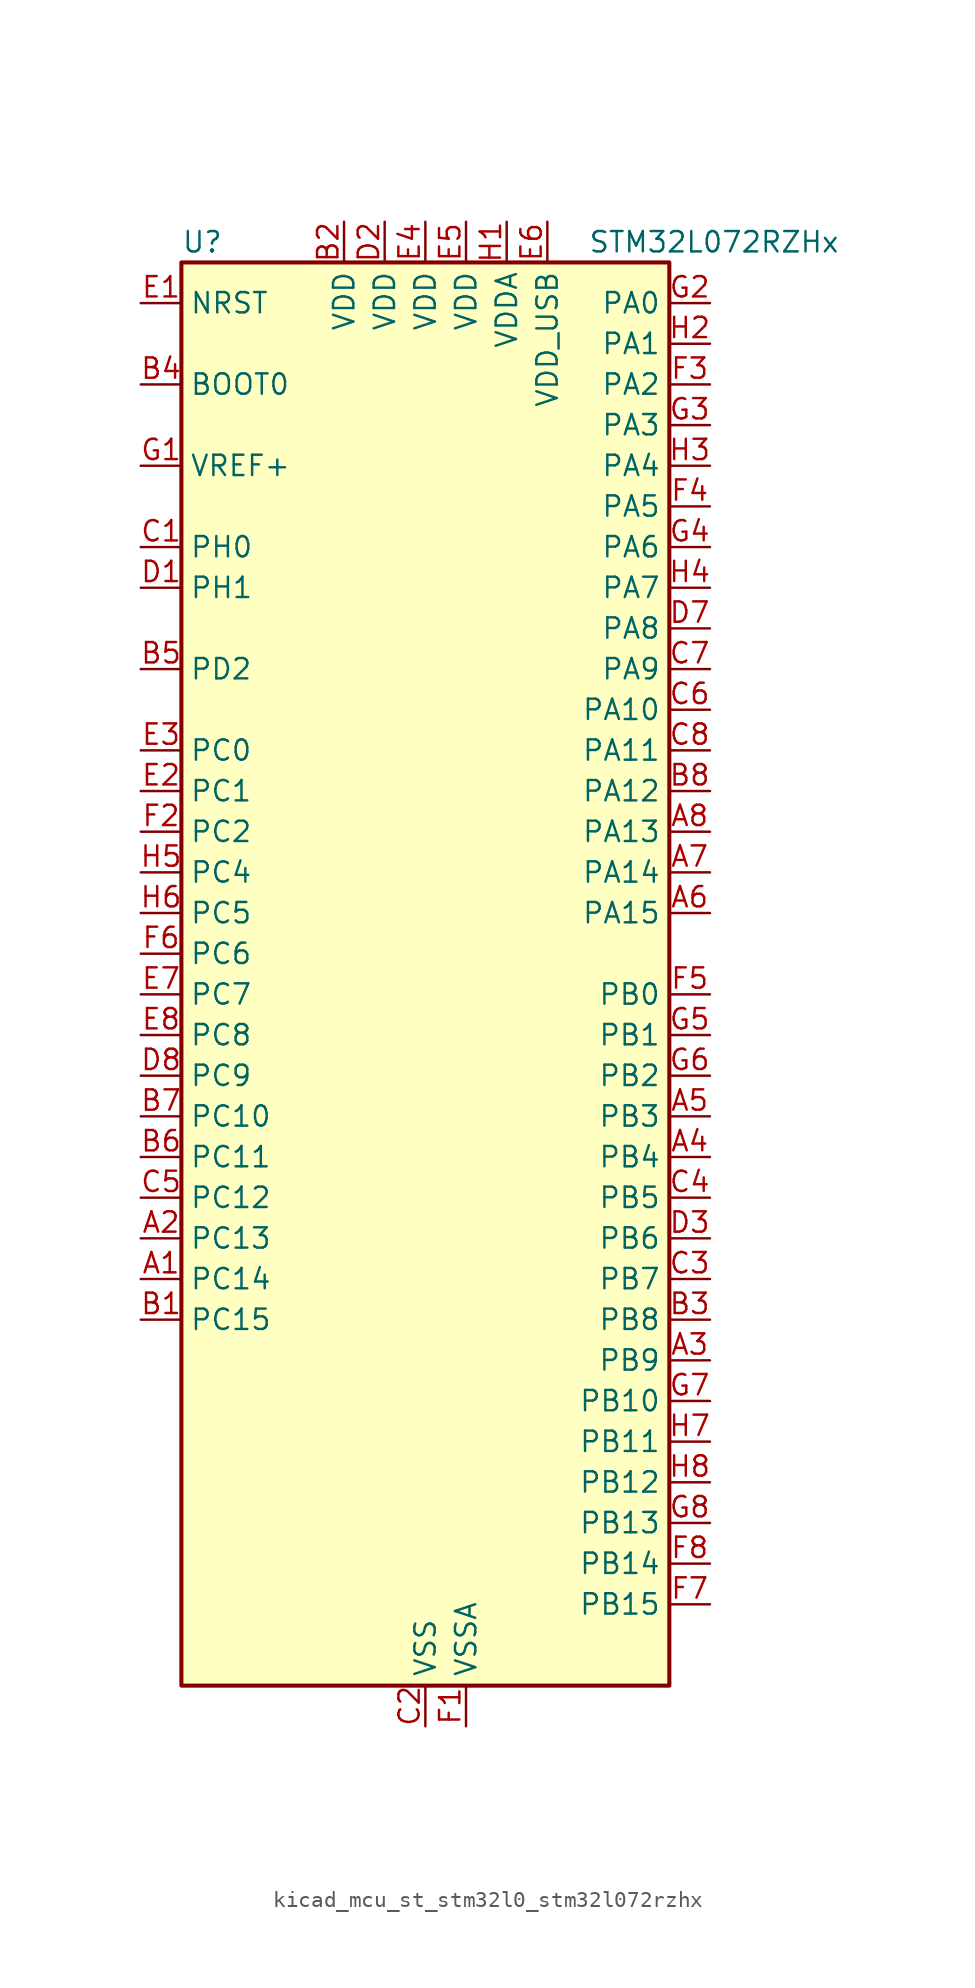
<source format=kicad_sym>
(kicad_symbol_lib
  (version 20220914)
  (generator kicad_symbol_editor)
  (symbol "kicad_mcu_st_stm32l0_stm32l072rzhx"
    (property "Reference" "U"
      (at -15.24 46.99 0)
      (effects (font (size 1.27 1.27)) (justify left)))
    (property "Value" "STM32L072RZHx"
      (at 10.16 46.99 0)
      (effects (font (size 1.27 1.27)) (justify left)))
    (property "ki_locked" ""
      (at 0 0 0)
      (effects (font (size 1.27 1.27))))
    (symbol "kicad_mcu_st_stm32l0_stm32l072rzhx_0_1"
      (rectangle (start -15.24 -43.18) (end 15.24 45.72) (stroke (width 0.254) (type default)) (fill (type background))))
    (symbol "kicad_mcu_st_stm32l0_stm32l072rzhx_1_1"
      (pin bidirectional line (at -17.78 -17.78 0) (length 2.54) (name "PC14" (effects (font (size 1.27 1.27)))) (number "A1" (effects (font (size 1.27 1.27)))) (alternate "RCC_OSC32_IN" bidirectional line))
      (pin bidirectional line (at -17.78 -15.24 0) (length 2.54) (name "PC13" (effects (font (size 1.27 1.27)))) (number "A2" (effects (font (size 1.27 1.27)))) (alternate "RTC_OUT_ALARM" bidirectional line) (alternate "RTC_OUT_CALIB" bidirectional line) (alternate "RTC_TAMP1" bidirectional line) (alternate "RTC_TS" bidirectional line) (alternate "SYS_WKUP2" bidirectional line))
      (pin bidirectional line (at 17.78 -22.86 180) (length 2.54) (name "PB9" (effects (font (size 1.27 1.27)))) (number "A3" (effects (font (size 1.27 1.27)))) (alternate "DAC_EXTI9" bidirectional line) (alternate "I2C1_SDA" bidirectional line) (alternate "I2S2_WS" bidirectional line) (alternate "SPI2_NSS" bidirectional line))
      (pin bidirectional line (at 17.78 -10.16 180) (length 2.54) (name "PB4" (effects (font (size 1.27 1.27)))) (number "A4" (effects (font (size 1.27 1.27)))) (alternate "COMP2_INP" bidirectional line) (alternate "I2C3_SDA" bidirectional line) (alternate "SPI1_MISO" bidirectional line) (alternate "TIM22_CH1" bidirectional line) (alternate "TIM3_CH1" bidirectional line) (alternate "TSC_G5_IO2" bidirectional line) (alternate "USART1_CTS" bidirectional line) (alternate "USART5_RX" bidirectional line))
      (pin bidirectional line (at 17.78 -7.62 180) (length 2.54) (name "PB3" (effects (font (size 1.27 1.27)))) (number "A5" (effects (font (size 1.27 1.27)))) (alternate "COMP2_INM" bidirectional line) (alternate "SPI1_SCK" bidirectional line) (alternate "TIM2_CH2" bidirectional line) (alternate "TSC_G5_IO1" bidirectional line) (alternate "USART1_DE" bidirectional line) (alternate "USART1_RTS" bidirectional line) (alternate "USART5_TX" bidirectional line))
      (pin bidirectional line (at 17.78 5.08 180) (length 2.54) (name "PA15" (effects (font (size 1.27 1.27)))) (number "A6" (effects (font (size 1.27 1.27)))) (alternate "SPI1_NSS" bidirectional line) (alternate "TIM2_CH1" bidirectional line) (alternate "TIM2_ETR" bidirectional line) (alternate "USART2_RX" bidirectional line) (alternate "USART4_DE" bidirectional line) (alternate "USART4_RTS" bidirectional line))
      (pin bidirectional line (at 17.78 7.62 180) (length 2.54) (name "PA14" (effects (font (size 1.27 1.27)))) (number "A7" (effects (font (size 1.27 1.27)))) (alternate "LPUART1_TX" bidirectional line) (alternate "SYS_SWCLK" bidirectional line) (alternate "USART2_TX" bidirectional line))
      (pin bidirectional line (at 17.78 10.16 180) (length 2.54) (name "PA13" (effects (font (size 1.27 1.27)))) (number "A8" (effects (font (size 1.27 1.27)))) (alternate "LPUART1_RX" bidirectional line) (alternate "SYS_SWDIO" bidirectional line) (alternate "USB_NOE" bidirectional line))
      (pin bidirectional line (at -17.78 -20.32 0) (length 2.54) (name "PC15" (effects (font (size 1.27 1.27)))) (number "B1" (effects (font (size 1.27 1.27)))) (alternate "RCC_OSC32_OUT" bidirectional line))
      (pin power_in line (at -5.08 48.26 270) (length 2.54) (name "VDD" (effects (font (size 1.27 1.27)))) (number "B2" (effects (font (size 1.27 1.27)))))
      (pin bidirectional line (at 17.78 -20.32 180) (length 2.54) (name "PB8" (effects (font (size 1.27 1.27)))) (number "B3" (effects (font (size 1.27 1.27)))) (alternate "I2C1_SCL" bidirectional line) (alternate "TSC_SYNC" bidirectional line))
      (pin input line (at -17.78 38.1 0) (length 2.54) (name "BOOT0" (effects (font (size 1.27 1.27)))) (number "B4" (effects (font (size 1.27 1.27)))))
      (pin bidirectional line (at -17.78 20.32 0) (length 2.54) (name "PD2" (effects (font (size 1.27 1.27)))) (number "B5" (effects (font (size 1.27 1.27)))) (alternate "LPUART1_DE" bidirectional line) (alternate "LPUART1_RTS" bidirectional line) (alternate "TIM3_ETR" bidirectional line) (alternate "USART5_RX" bidirectional line))
      (pin bidirectional line (at -17.78 -10.16 0) (length 2.54) (name "PC11" (effects (font (size 1.27 1.27)))) (number "B6" (effects (font (size 1.27 1.27)))) (alternate "ADC_EXTI11" bidirectional line) (alternate "LPUART1_RX" bidirectional line) (alternate "USART4_RX" bidirectional line))
      (pin bidirectional line (at -17.78 -7.62 0) (length 2.54) (name "PC10" (effects (font (size 1.27 1.27)))) (number "B7" (effects (font (size 1.27 1.27)))) (alternate "LPUART1_TX" bidirectional line) (alternate "USART4_TX" bidirectional line))
      (pin bidirectional line (at 17.78 12.7 180) (length 2.54) (name "PA12" (effects (font (size 1.27 1.27)))) (number "B8" (effects (font (size 1.27 1.27)))) (alternate "COMP2_OUT" bidirectional line) (alternate "SPI1_MOSI" bidirectional line) (alternate "TSC_G4_IO4" bidirectional line) (alternate "USART1_DE" bidirectional line) (alternate "USART1_RTS" bidirectional line) (alternate "USB_DP" bidirectional line))
      (pin bidirectional line (at -17.78 27.94 0) (length 2.54) (name "PH0" (effects (font (size 1.27 1.27)))) (number "C1" (effects (font (size 1.27 1.27)))) (alternate "CRS_SYNC" bidirectional line) (alternate "RCC_OSC_IN" bidirectional line))
      (pin power_in line (at 0 -45.72 90) (length 2.54) (name "VSS" (effects (font (size 1.27 1.27)))) (number "C2" (effects (font (size 1.27 1.27)))))
      (pin bidirectional line (at 17.78 -17.78 180) (length 2.54) (name "PB7" (effects (font (size 1.27 1.27)))) (number "C3" (effects (font (size 1.27 1.27)))) (alternate "COMP2_INP" bidirectional line) (alternate "I2C1_SDA" bidirectional line) (alternate "LPTIM1_IN2" bidirectional line) (alternate "SYS_PVD_IN" bidirectional line) (alternate "TSC_G5_IO4" bidirectional line) (alternate "USART1_RX" bidirectional line) (alternate "USART4_CTS" bidirectional line))
      (pin bidirectional line (at 17.78 -12.7 180) (length 2.54) (name "PB5" (effects (font (size 1.27 1.27)))) (number "C4" (effects (font (size 1.27 1.27)))) (alternate "COMP2_INP" bidirectional line) (alternate "I2C1_SMBA" bidirectional line) (alternate "LPTIM1_IN1" bidirectional line) (alternate "SPI1_MOSI" bidirectional line) (alternate "TIM22_CH2" bidirectional line) (alternate "TIM3_CH2" bidirectional line) (alternate "USART1_CK" bidirectional line) (alternate "USART5_CK" bidirectional line) (alternate "USART5_DE" bidirectional line) (alternate "USART5_RTS" bidirectional line))
      (pin bidirectional line (at -17.78 -12.7 0) (length 2.54) (name "PC12" (effects (font (size 1.27 1.27)))) (number "C5" (effects (font (size 1.27 1.27)))) (alternate "USART4_CK" bidirectional line) (alternate "USART5_TX" bidirectional line))
      (pin bidirectional line (at 17.78 17.78 180) (length 2.54) (name "PA10" (effects (font (size 1.27 1.27)))) (number "C6" (effects (font (size 1.27 1.27)))) (alternate "I2C1_SDA" bidirectional line) (alternate "TSC_G4_IO2" bidirectional line) (alternate "USART1_RX" bidirectional line))
      (pin bidirectional line (at 17.78 20.32 180) (length 2.54) (name "PA9" (effects (font (size 1.27 1.27)))) (number "C7" (effects (font (size 1.27 1.27)))) (alternate "DAC_EXTI9" bidirectional line) (alternate "I2C1_SCL" bidirectional line) (alternate "I2C3_SMBA" bidirectional line) (alternate "RCC_MCO" bidirectional line) (alternate "TSC_G4_IO1" bidirectional line) (alternate "USART1_TX" bidirectional line))
      (pin bidirectional line (at 17.78 15.24 180) (length 2.54) (name "PA11" (effects (font (size 1.27 1.27)))) (number "C8" (effects (font (size 1.27 1.27)))) (alternate "ADC_EXTI11" bidirectional line) (alternate "COMP1_OUT" bidirectional line) (alternate "SPI1_MISO" bidirectional line) (alternate "TSC_G4_IO3" bidirectional line) (alternate "USART1_CTS" bidirectional line) (alternate "USB_DM" bidirectional line))
      (pin bidirectional line (at -17.78 25.4 0) (length 2.54) (name "PH1" (effects (font (size 1.27 1.27)))) (number "D1" (effects (font (size 1.27 1.27)))) (alternate "RCC_OSC_OUT" bidirectional line))
      (pin power_in line (at -2.54 48.26 270) (length 2.54) (name "VDD" (effects (font (size 1.27 1.27)))) (number "D2" (effects (font (size 1.27 1.27)))))
      (pin bidirectional line (at 17.78 -15.24 180) (length 2.54) (name "PB6" (effects (font (size 1.27 1.27)))) (number "D3" (effects (font (size 1.27 1.27)))) (alternate "COMP2_INP" bidirectional line) (alternate "I2C1_SCL" bidirectional line) (alternate "LPTIM1_ETR" bidirectional line) (alternate "TSC_G5_IO3" bidirectional line) (alternate "USART1_TX" bidirectional line))
      (pin passive line (at 0 -45.72 90) (length 2.54) hide (name "VSS" (effects (font (size 1.27 1.27)))) (number "D4" (effects (font (size 1.27 1.27)))))
      (pin passive line (at 0 -45.72 90) (length 2.54) hide (name "VSS" (effects (font (size 1.27 1.27)))) (number "D5" (effects (font (size 1.27 1.27)))))
      (pin passive line (at 0 -45.72 90) (length 2.54) hide (name "VSS" (effects (font (size 1.27 1.27)))) (number "D6" (effects (font (size 1.27 1.27)))))
      (pin bidirectional line (at 17.78 22.86 180) (length 2.54) (name "PA8" (effects (font (size 1.27 1.27)))) (number "D7" (effects (font (size 1.27 1.27)))) (alternate "CRS_SYNC" bidirectional line) (alternate "I2C3_SCL" bidirectional line) (alternate "RCC_MCO" bidirectional line) (alternate "USART1_CK" bidirectional line))
      (pin bidirectional line (at -17.78 -5.08 0) (length 2.54) (name "PC9" (effects (font (size 1.27 1.27)))) (number "D8" (effects (font (size 1.27 1.27)))) (alternate "DAC_EXTI9" bidirectional line) (alternate "I2C3_SDA" bidirectional line) (alternate "TIM21_ETR" bidirectional line) (alternate "TIM3_CH4" bidirectional line) (alternate "TSC_G8_IO4" bidirectional line) (alternate "USB_NOE" bidirectional line))
      (pin input line (at -17.78 43.18 0) (length 2.54) (name "NRST" (effects (font (size 1.27 1.27)))) (number "E1" (effects (font (size 1.27 1.27)))))
      (pin bidirectional line (at -17.78 12.7 0) (length 2.54) (name "PC1" (effects (font (size 1.27 1.27)))) (number "E2" (effects (font (size 1.27 1.27)))) (alternate "ADC_IN11" bidirectional line) (alternate "I2C3_SDA" bidirectional line) (alternate "LPTIM1_OUT" bidirectional line) (alternate "LPUART1_TX" bidirectional line) (alternate "TSC_G7_IO2" bidirectional line))
      (pin bidirectional line (at -17.78 15.24 0) (length 2.54) (name "PC0" (effects (font (size 1.27 1.27)))) (number "E3" (effects (font (size 1.27 1.27)))) (alternate "ADC_IN10" bidirectional line) (alternate "I2C3_SCL" bidirectional line) (alternate "LPTIM1_IN1" bidirectional line) (alternate "LPUART1_RX" bidirectional line) (alternate "TSC_G7_IO1" bidirectional line))
      (pin power_in line (at 0 48.26 270) (length 2.54) (name "VDD" (effects (font (size 1.27 1.27)))) (number "E4" (effects (font (size 1.27 1.27)))))
      (pin power_in line (at 2.54 48.26 270) (length 2.54) (name "VDD" (effects (font (size 1.27 1.27)))) (number "E5" (effects (font (size 1.27 1.27)))))
      (pin power_in line (at 7.62 48.26 270) (length 2.54) (name "VDD_USB" (effects (font (size 1.27 1.27)))) (number "E6" (effects (font (size 1.27 1.27)))))
      (pin bidirectional line (at -17.78 0 0) (length 2.54) (name "PC7" (effects (font (size 1.27 1.27)))) (number "E7" (effects (font (size 1.27 1.27)))) (alternate "TIM22_CH2" bidirectional line) (alternate "TIM3_CH2" bidirectional line) (alternate "TSC_G8_IO2" bidirectional line))
      (pin bidirectional line (at -17.78 -2.54 0) (length 2.54) (name "PC8" (effects (font (size 1.27 1.27)))) (number "E8" (effects (font (size 1.27 1.27)))) (alternate "TIM22_ETR" bidirectional line) (alternate "TIM3_CH3" bidirectional line) (alternate "TSC_G8_IO3" bidirectional line))
      (pin power_in line (at 2.54 -45.72 90) (length 2.54) (name "VSSA" (effects (font (size 1.27 1.27)))) (number "F1" (effects (font (size 1.27 1.27)))))
      (pin bidirectional line (at -17.78 10.16 0) (length 2.54) (name "PC2" (effects (font (size 1.27 1.27)))) (number "F2" (effects (font (size 1.27 1.27)))) (alternate "ADC_IN12" bidirectional line) (alternate "I2S2_MCK" bidirectional line) (alternate "LPTIM1_IN2" bidirectional line) (alternate "SPI2_MISO" bidirectional line) (alternate "TSC_G7_IO3" bidirectional line))
      (pin bidirectional line (at 17.78 38.1 180) (length 2.54) (name "PA2" (effects (font (size 1.27 1.27)))) (number "F3" (effects (font (size 1.27 1.27)))) (alternate "ADC_IN2" bidirectional line) (alternate "COMP2_INM" bidirectional line) (alternate "COMP2_OUT" bidirectional line) (alternate "LPUART1_TX" bidirectional line) (alternate "TIM21_CH1" bidirectional line) (alternate "TIM2_CH3" bidirectional line) (alternate "TSC_G1_IO3" bidirectional line) (alternate "USART2_TX" bidirectional line))
      (pin bidirectional line (at 17.78 30.48 180) (length 2.54) (name "PA5" (effects (font (size 1.27 1.27)))) (number "F4" (effects (font (size 1.27 1.27)))) (alternate "ADC_IN5" bidirectional line) (alternate "COMP1_INM" bidirectional line) (alternate "COMP2_INM" bidirectional line) (alternate "DAC_OUT2" bidirectional line) (alternate "SPI1_SCK" bidirectional line) (alternate "TIM2_CH1" bidirectional line) (alternate "TIM2_ETR" bidirectional line) (alternate "TSC_G2_IO2" bidirectional line))
      (pin bidirectional line (at 17.78 0 180) (length 2.54) (name "PB0" (effects (font (size 1.27 1.27)))) (number "F5" (effects (font (size 1.27 1.27)))) (alternate "ADC_IN8" bidirectional line) (alternate "SYS_VREF_OUT_PB0" bidirectional line) (alternate "TIM3_CH3" bidirectional line) (alternate "TSC_G3_IO2" bidirectional line))
      (pin bidirectional line (at -17.78 2.54 0) (length 2.54) (name "PC6" (effects (font (size 1.27 1.27)))) (number "F6" (effects (font (size 1.27 1.27)))) (alternate "TIM22_CH1" bidirectional line) (alternate "TIM3_CH1" bidirectional line) (alternate "TSC_G8_IO1" bidirectional line))
      (pin bidirectional line (at 17.78 -38.1 180) (length 2.54) (name "PB15" (effects (font (size 1.27 1.27)))) (number "F7" (effects (font (size 1.27 1.27)))) (alternate "I2S2_SD" bidirectional line) (alternate "RTC_REFIN" bidirectional line) (alternate "SPI2_MOSI" bidirectional line))
      (pin bidirectional line (at 17.78 -35.56 180) (length 2.54) (name "PB14" (effects (font (size 1.27 1.27)))) (number "F8" (effects (font (size 1.27 1.27)))) (alternate "I2C2_SDA" bidirectional line) (alternate "I2S2_MCK" bidirectional line) (alternate "LPUART1_DE" bidirectional line) (alternate "LPUART1_RTS" bidirectional line) (alternate "RTC_OUT_ALARM" bidirectional line) (alternate "RTC_OUT_CALIB" bidirectional line) (alternate "SPI2_MISO" bidirectional line) (alternate "TIM21_CH2" bidirectional line) (alternate "TSC_G6_IO4" bidirectional line))
      (pin input line (at -17.78 33.02 0) (length 2.54) (name "VREF+" (effects (font (size 1.27 1.27)))) (number "G1" (effects (font (size 1.27 1.27)))))
      (pin bidirectional line (at 17.78 43.18 180) (length 2.54) (name "PA0" (effects (font (size 1.27 1.27)))) (number "G2" (effects (font (size 1.27 1.27)))) (alternate "ADC_IN0" bidirectional line) (alternate "COMP1_INM" bidirectional line) (alternate "COMP1_OUT" bidirectional line) (alternate "RTC_TAMP2" bidirectional line) (alternate "SYS_WKUP1" bidirectional line) (alternate "TIM2_CH1" bidirectional line) (alternate "TIM2_ETR" bidirectional line) (alternate "TSC_G1_IO1" bidirectional line) (alternate "USART2_CTS" bidirectional line) (alternate "USART4_TX" bidirectional line))
      (pin bidirectional line (at 17.78 35.56 180) (length 2.54) (name "PA3" (effects (font (size 1.27 1.27)))) (number "G3" (effects (font (size 1.27 1.27)))) (alternate "ADC_IN3" bidirectional line) (alternate "COMP2_INP" bidirectional line) (alternate "LPUART1_RX" bidirectional line) (alternate "TIM21_CH2" bidirectional line) (alternate "TIM2_CH4" bidirectional line) (alternate "TSC_G1_IO4" bidirectional line) (alternate "USART2_RX" bidirectional line))
      (pin bidirectional line (at 17.78 27.94 180) (length 2.54) (name "PA6" (effects (font (size 1.27 1.27)))) (number "G4" (effects (font (size 1.27 1.27)))) (alternate "ADC_IN6" bidirectional line) (alternate "COMP1_OUT" bidirectional line) (alternate "LPUART1_CTS" bidirectional line) (alternate "SPI1_MISO" bidirectional line) (alternate "TIM22_CH1" bidirectional line) (alternate "TIM3_CH1" bidirectional line) (alternate "TSC_G2_IO3" bidirectional line))
      (pin bidirectional line (at 17.78 -2.54 180) (length 2.54) (name "PB1" (effects (font (size 1.27 1.27)))) (number "G5" (effects (font (size 1.27 1.27)))) (alternate "ADC_IN9" bidirectional line) (alternate "LPUART1_DE" bidirectional line) (alternate "LPUART1_RTS" bidirectional line) (alternate "SYS_VREF_OUT_PB1" bidirectional line) (alternate "TIM3_CH4" bidirectional line) (alternate "TSC_G3_IO3" bidirectional line))
      (pin bidirectional line (at 17.78 -5.08 180) (length 2.54) (name "PB2" (effects (font (size 1.27 1.27)))) (number "G6" (effects (font (size 1.27 1.27)))) (alternate "I2C3_SMBA" bidirectional line) (alternate "LPTIM1_OUT" bidirectional line) (alternate "TSC_G3_IO4" bidirectional line))
      (pin bidirectional line (at 17.78 -25.4 180) (length 2.54) (name "PB10" (effects (font (size 1.27 1.27)))) (number "G7" (effects (font (size 1.27 1.27)))) (alternate "I2C2_SCL" bidirectional line) (alternate "LPUART1_RX" bidirectional line) (alternate "LPUART1_TX" bidirectional line) (alternate "SPI2_SCK" bidirectional line) (alternate "TIM2_CH3" bidirectional line) (alternate "TSC_SYNC" bidirectional line))
      (pin bidirectional line (at 17.78 -33.02 180) (length 2.54) (name "PB13" (effects (font (size 1.27 1.27)))) (number "G8" (effects (font (size 1.27 1.27)))) (alternate "I2C2_SCL" bidirectional line) (alternate "I2S2_CK" bidirectional line) (alternate "LPUART1_CTS" bidirectional line) (alternate "RCC_MCO" bidirectional line) (alternate "SPI2_SCK" bidirectional line) (alternate "TIM21_CH1" bidirectional line) (alternate "TSC_G6_IO3" bidirectional line))
      (pin power_in line (at 5.08 48.26 270) (length 2.54) (name "VDDA" (effects (font (size 1.27 1.27)))) (number "H1" (effects (font (size 1.27 1.27)))))
      (pin bidirectional line (at 17.78 40.64 180) (length 2.54) (name "PA1" (effects (font (size 1.27 1.27)))) (number "H2" (effects (font (size 1.27 1.27)))) (alternate "ADC_IN1" bidirectional line) (alternate "COMP1_INP" bidirectional line) (alternate "TIM21_ETR" bidirectional line) (alternate "TIM2_CH2" bidirectional line) (alternate "TSC_G1_IO2" bidirectional line) (alternate "USART2_DE" bidirectional line) (alternate "USART2_RTS" bidirectional line) (alternate "USART4_RX" bidirectional line))
      (pin bidirectional line (at 17.78 33.02 180) (length 2.54) (name "PA4" (effects (font (size 1.27 1.27)))) (number "H3" (effects (font (size 1.27 1.27)))) (alternate "ADC_IN4" bidirectional line) (alternate "COMP1_INM" bidirectional line) (alternate "COMP2_INM" bidirectional line) (alternate "DAC_OUT1" bidirectional line) (alternate "SPI1_NSS" bidirectional line) (alternate "TIM22_ETR" bidirectional line) (alternate "TSC_G2_IO1" bidirectional line) (alternate "USART2_CK" bidirectional line))
      (pin bidirectional line (at 17.78 25.4 180) (length 2.54) (name "PA7" (effects (font (size 1.27 1.27)))) (number "H4" (effects (font (size 1.27 1.27)))) (alternate "ADC_IN7" bidirectional line) (alternate "COMP2_OUT" bidirectional line) (alternate "SPI1_MOSI" bidirectional line) (alternate "TIM22_CH2" bidirectional line) (alternate "TIM3_CH2" bidirectional line) (alternate "TSC_G2_IO4" bidirectional line))
      (pin bidirectional line (at -17.78 7.62 0) (length 2.54) (name "PC4" (effects (font (size 1.27 1.27)))) (number "H5" (effects (font (size 1.27 1.27)))) (alternate "ADC_IN14" bidirectional line) (alternate "LPUART1_TX" bidirectional line))
      (pin bidirectional line (at -17.78 5.08 0) (length 2.54) (name "PC5" (effects (font (size 1.27 1.27)))) (number "H6" (effects (font (size 1.27 1.27)))) (alternate "ADC_IN15" bidirectional line) (alternate "LPUART1_RX" bidirectional line) (alternate "TSC_G3_IO1" bidirectional line))
      (pin bidirectional line (at 17.78 -27.94 180) (length 2.54) (name "PB11" (effects (font (size 1.27 1.27)))) (number "H7" (effects (font (size 1.27 1.27)))) (alternate "ADC_EXTI11" bidirectional line) (alternate "I2C2_SDA" bidirectional line) (alternate "LPUART1_RX" bidirectional line) (alternate "LPUART1_TX" bidirectional line) (alternate "TIM2_CH4" bidirectional line) (alternate "TSC_G6_IO1" bidirectional line))
      (pin bidirectional line (at 17.78 -30.48 180) (length 2.54) (name "PB12" (effects (font (size 1.27 1.27)))) (number "H8" (effects (font (size 1.27 1.27)))) (alternate "I2S2_WS" bidirectional line) (alternate "LPUART1_DE" bidirectional line) (alternate "LPUART1_RTS" bidirectional line) (alternate "SPI2_NSS" bidirectional line) (alternate "TSC_G6_IO2" bidirectional line)))))
</source>
